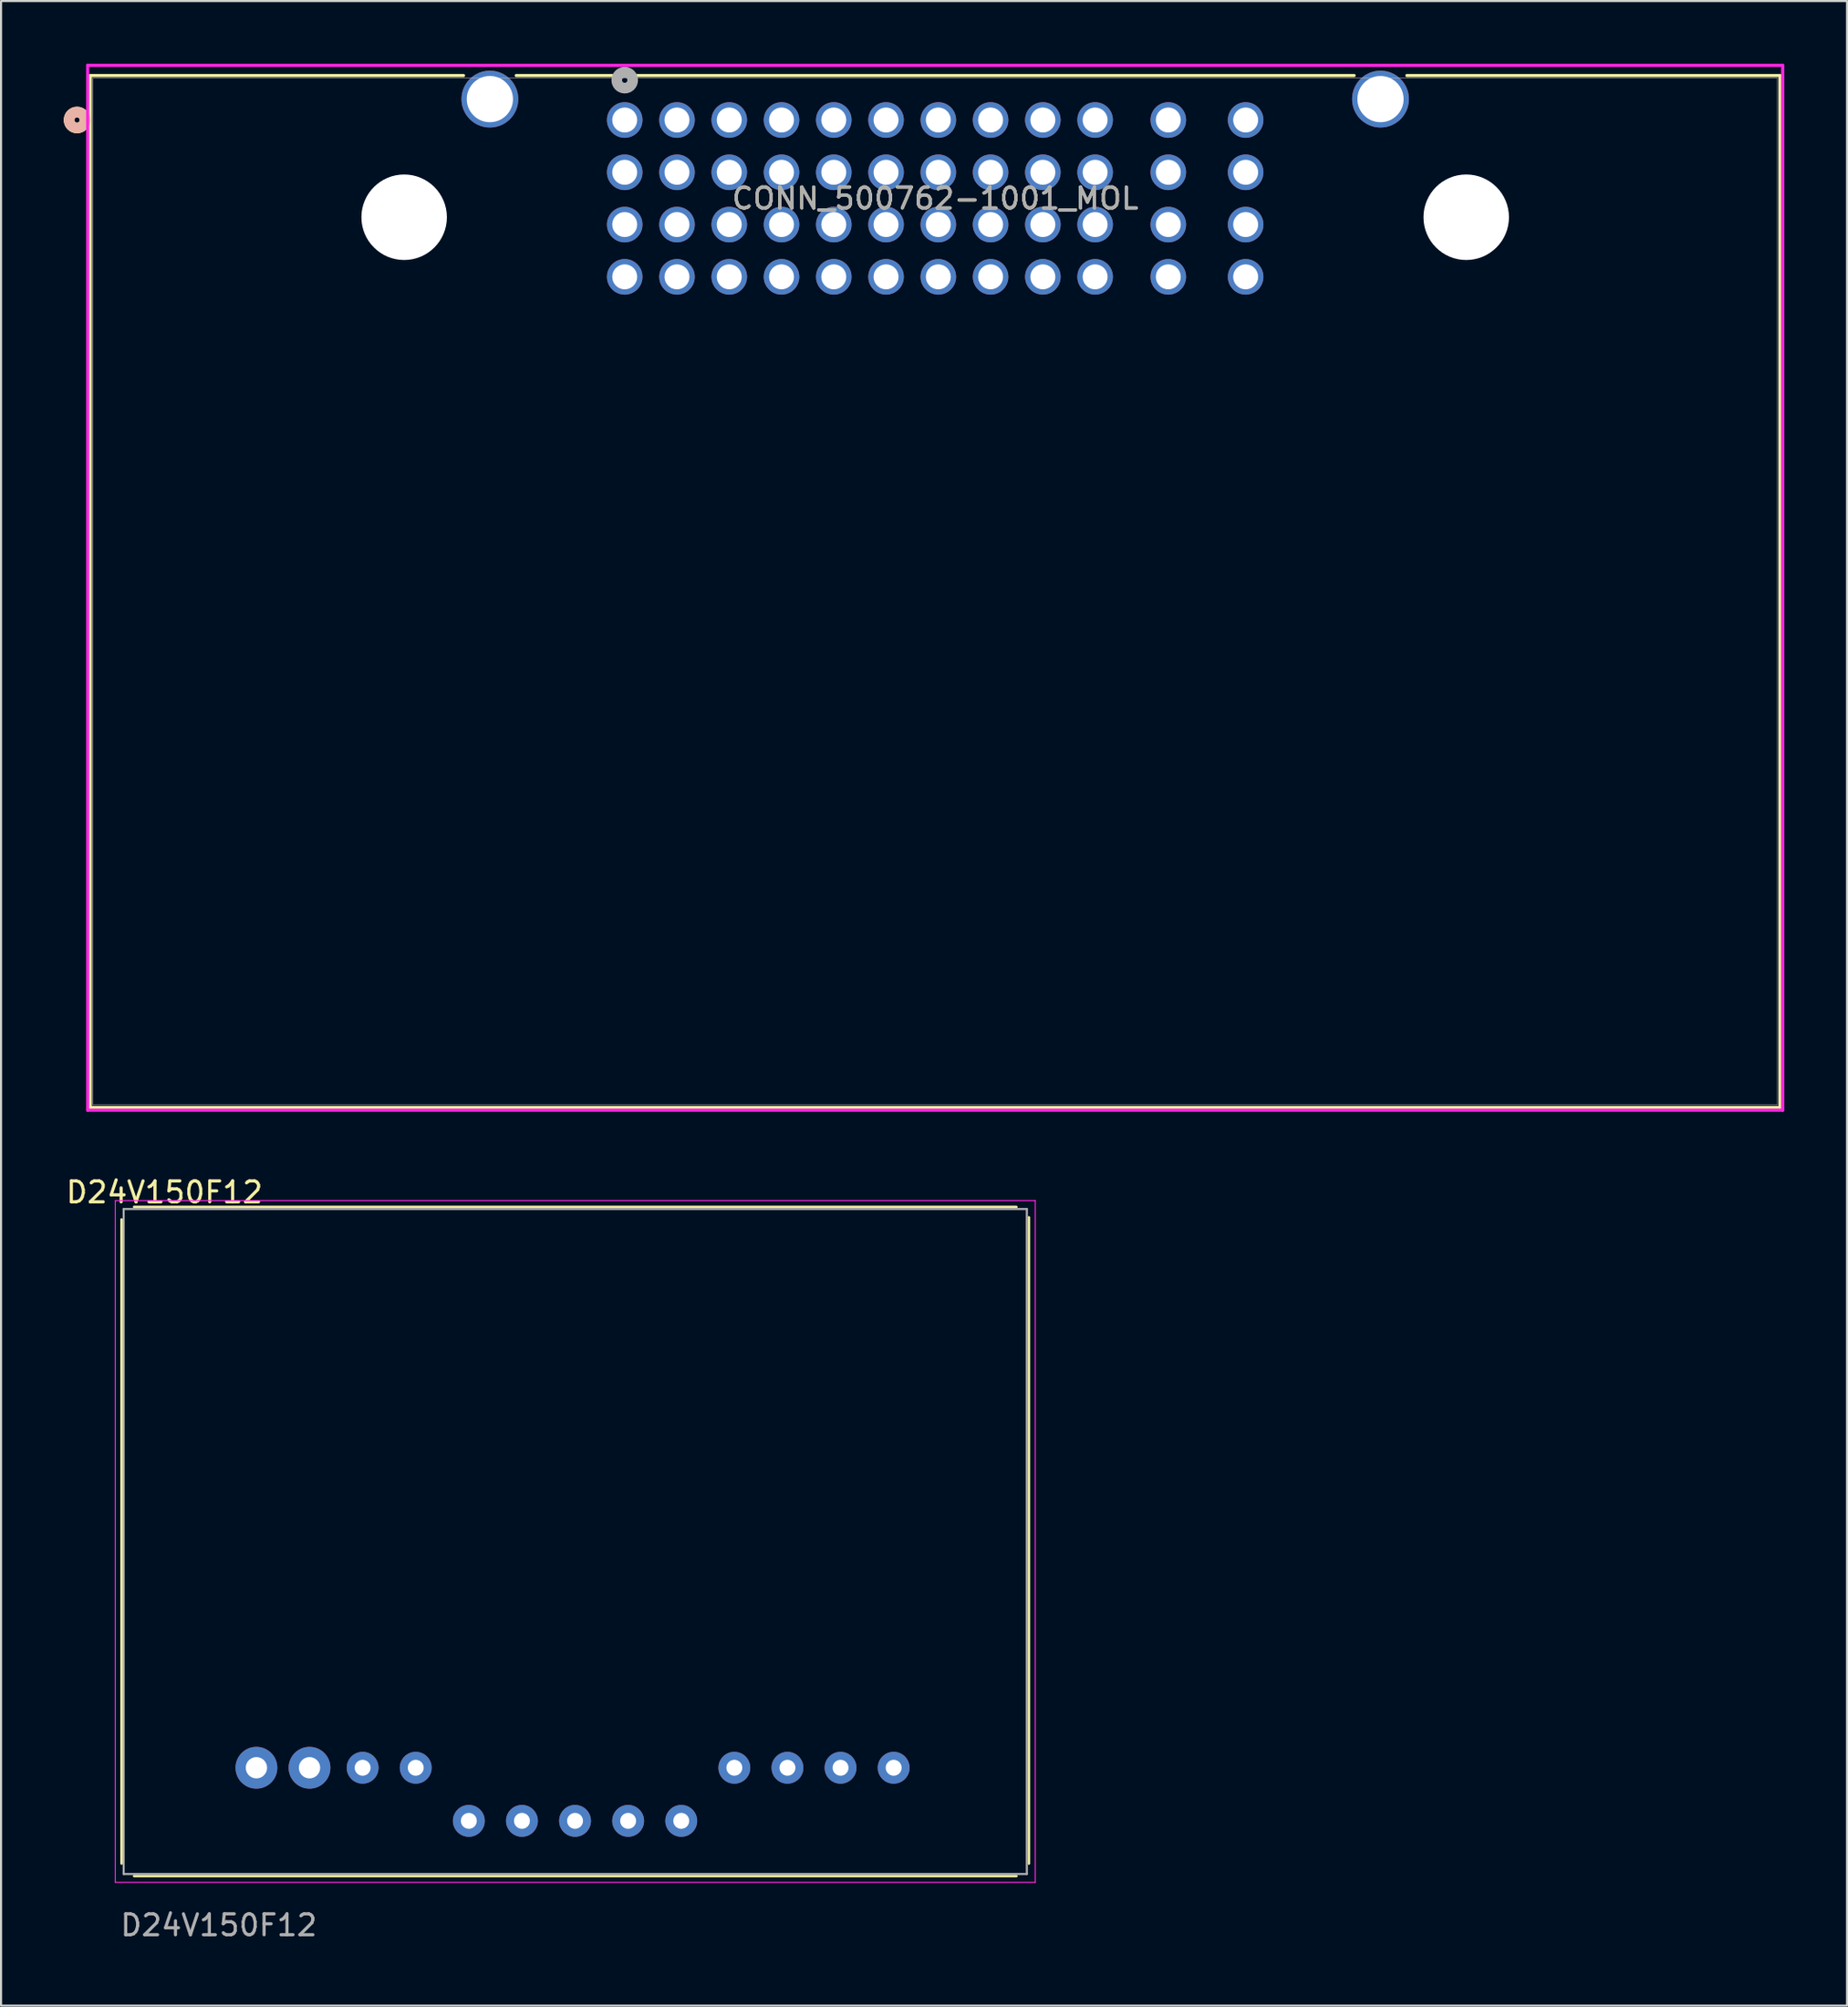
<source format=kicad_pcb>
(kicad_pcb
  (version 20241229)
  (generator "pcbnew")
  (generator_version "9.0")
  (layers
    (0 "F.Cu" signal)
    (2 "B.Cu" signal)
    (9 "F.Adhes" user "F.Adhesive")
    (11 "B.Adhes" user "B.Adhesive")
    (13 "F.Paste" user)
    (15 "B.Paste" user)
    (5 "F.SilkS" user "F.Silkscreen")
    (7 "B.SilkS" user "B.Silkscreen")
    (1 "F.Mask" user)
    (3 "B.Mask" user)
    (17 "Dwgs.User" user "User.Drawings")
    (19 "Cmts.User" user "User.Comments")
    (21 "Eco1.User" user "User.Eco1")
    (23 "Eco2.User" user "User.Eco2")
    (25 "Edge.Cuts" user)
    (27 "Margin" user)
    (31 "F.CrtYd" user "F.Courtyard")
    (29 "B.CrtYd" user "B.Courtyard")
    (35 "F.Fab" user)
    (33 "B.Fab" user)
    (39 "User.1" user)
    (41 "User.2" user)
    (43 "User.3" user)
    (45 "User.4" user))
  (footprint "D24V150F12"
    (layer "F.Cu")
    (at 2.865 86.566)
    (property "Reference" "D24V150F12" (at 1.95 -32.6 0) (unlocked yes) (layer "F.SilkS") (effects (font (size 1 1) (thickness 0.15))))
    (attr through_hole)
    (fp_line (start -0.1 -0.5) (end -0.1 -31.3) (stroke (width 0.12) (type solid)) (layer "F.SilkS"))
    (fp_line (start 0.5 -31.9) (end 42.7 -31.9) (stroke (width 0.12) (type solid)) (layer "F.SilkS"))
    (fp_line (start 42.7 0.1) (end 0.5 0.1) (stroke (width 0.12) (type solid)) (layer "F.SilkS"))
    (fp_line (start 43.3 -31.4) (end 43.3 -0.5) (stroke (width 0.12) (type solid)) (layer "F.SilkS"))
    (fp_line (start -0.4 -32.2) (end 43.6 -32.2) (stroke (width 0.05) (type solid)) (layer "F.CrtYd"))
    (fp_line (start -0.4 0.4) (end -0.4 -32.2) (stroke (width 0.05) (type solid)) (layer "F.CrtYd"))
    (fp_line (start 43.6 -32.2) (end 43.6 0.4) (stroke (width 0.05) (type solid)) (layer "F.CrtYd"))
    (fp_line (start 43.6 0.4) (end -0.4 0.4) (stroke (width 0.05) (type solid)) (layer "F.CrtYd"))
    (fp_line (start 0 -31.8) (end 43.2 -31.8) (stroke (width 0.1) (type solid)) (layer "F.Fab"))
    (fp_line (start 0 0) (end 0 -31.8) (stroke (width 0.1) (type solid)) (layer "F.Fab"))
    (fp_line (start 43.2 -31.8) (end 43.2 0) (stroke (width 0.1) (type solid)) (layer "F.Fab"))
    (fp_line (start 43.2 0) (end 0 0) (stroke (width 0.1) (type solid)) (layer "F.Fab"))
    (fp_text user "${REFERENCE}" (at 4.55 2.45 0) (unlocked yes) (layer "F.Fab") (effects (font (size 1 1) (thickness 0.15))))
    (pad "1" thru_hole circle (at 6.35 -5.08) (size 2 2) (drill 1.02) (layers "*.Cu" "*.Mask"))
    (pad "1" thru_hole circle (at 8.89 -5.08) (size 2 2) (drill 1.02) (layers "*.Cu" "*.Mask"))
    (pad "2" thru_hole circle (at 11.43 -5.08) (size 1.524 1.524) (drill 0.762) (layers "*.Cu" "*.Mask"))
    (pad "2" thru_hole circle (at 13.97 -5.08) (size 1.524 1.524) (drill 0.762) (layers "*.Cu" "*.Mask"))
    (pad "3" thru_hole circle (at 16.51 -2.54) (size 1.524 1.524) (drill 0.762) (layers "*.Cu" "*.Mask"))
    (pad "4" thru_hole circle (at 19.05 -2.54) (size 1.524 1.524) (drill 0.762) (layers "*.Cu" "*.Mask"))
    (pad "5" thru_hole circle (at 21.59 -2.54) (size 1.524 1.524) (drill 0.762) (layers "*.Cu" "*.Mask"))
    (pad "5" thru_hole circle (at 24.13 -2.54) (size 1.524 1.524) (drill 0.762) (layers "*.Cu" "*.Mask"))
    (pad "6" thru_hole circle (at 26.67 -2.54) (size 1.524 1.524) (drill 0.762) (layers "*.Cu" "*.Mask"))
    (pad "7" thru_hole circle (at 29.21 -5.08) (size 1.524 1.524) (drill 0.762) (layers "*.Cu" "*.Mask"))
    (pad "7" thru_hole circle (at 31.75 -5.08) (size 1.524 1.524) (drill 0.762) (layers "*.Cu" "*.Mask"))
    (pad "8" thru_hole circle (at 34.29 -5.08) (size 1.524 1.524) (drill 0.762) (layers "*.Cu" "*.Mask"))
    (pad "8" thru_hole circle (at 36.83 -5.08) (size 1.524 1.524) (drill 0.762) (layers "*.Cu" "*.Mask")))
  (footprint "CONN_500762-1001_MOL"
    (layer "F.Cu")
    (at 41.681 25.238)
    (property "Reference" "CONN_500762-1001_MOL" (at 0 -18.799 0) (unlocked yes) (layer "F.SilkS") (effects (font (size 1 1) (thickness 0.15))))
    (attr through_hole)
    (fp_line (start -40.411 -24.676) (end -40.411 24.676) (stroke (width 0.152) (type solid)) (layer "F.SilkS"))
    (fp_line (start -40.411 24.676) (end 40.411 24.676) (stroke (width 0.152) (type solid)) (layer "F.SilkS"))
    (fp_line (start -22.562 -24.676) (end -40.411 -24.676) (stroke (width 0.152) (type solid)) (layer "F.SilkS"))
    (fp_line (start 20.038 -24.676) (end -20.038 -24.676) (stroke (width 0.152) (type solid)) (layer "F.SilkS"))
    (fp_line (start 40.411 -24.676) (end 22.562 -24.676) (stroke (width 0.152) (type solid)) (layer "F.SilkS"))
    (fp_line (start 40.411 24.676) (end 40.411 -24.676) (stroke (width 0.152) (type solid)) (layer "F.SilkS"))
    (fp_circle (center -41.046 -22.549) (end -40.665 -22.549) (stroke (width 0.508) (type solid)) (fill no) (layer "F.SilkS"))
    (fp_circle (center -41.046 -22.549) (end -40.665 -22.549) (stroke (width 0.508) (type solid)) (fill no) (layer "B.SilkS"))
    (fp_line (start -40.538 -25.162) (end -40.538 24.803) (stroke (width 0.152) (type solid)) (layer "F.CrtYd"))
    (fp_line (start -40.538 24.803) (end 40.538 24.803) (stroke (width 0.152) (type solid)) (layer "F.CrtYd"))
    (fp_line (start 40.538 -25.162) (end -40.538 -25.162) (stroke (width 0.152) (type solid)) (layer "F.CrtYd"))
    (fp_line (start 40.538 24.803) (end 40.538 -25.162) (stroke (width 0.152) (type solid)) (layer "F.CrtYd"))
    (fp_line (start -40.284 -24.549) (end -40.284 24.549) (stroke (width 0.025) (type solid)) (layer "F.Fab"))
    (fp_line (start -40.284 24.549) (end 40.284 24.549) (stroke (width 0.025) (type solid)) (layer "F.Fab"))
    (fp_line (start 40.284 -24.549) (end -40.284 -24.549) (stroke (width 0.025) (type solid)) (layer "F.Fab"))
    (fp_line (start 40.284 24.549) (end 40.284 -24.549) (stroke (width 0.025) (type solid)) (layer "F.Fab"))
    (fp_circle (center -14.85 -24.454) (end -14.469 -24.454) (stroke (width 0.508) (type solid)) (fill no) (layer "F.Fab"))
    (fp_text user "${REFERENCE}" (at 0 -18.799 0) (unlocked yes) (layer "F.Fab") (effects (font (size 1 1) (thickness 0.15))))
    (pad "" np_thru_hole circle (at -25.4 -17.899) (size 4.089 4.089) (drill 4.089) (layers "*.Cu" "*.Mask"))
    (pad "" np_thru_hole circle (at 25.4 -17.899) (size 4.089 4.089) (drill 4.089) (layers "*.Cu" "*.Mask"))
    (pad "49" thru_hole circle (at -21.3 -23.549) (size 2.718 2.718) (drill 2.21) (layers "*.Cu" "*.Mask"))
    (pad "50" thru_hole circle (at 21.3 -23.549) (size 2.718 2.718) (drill 2.21) (layers "*.Cu" "*.Mask"))
    (pad "A1" thru_hole circle (at -14.85 -22.549) (size 1.702 1.702) (drill 1.194) (layers "*.Cu" "*.Mask"))
    (pad "A2" thru_hole circle (at -14.85 -20.049) (size 1.702 1.702) (drill 1.194) (layers "*.Cu" "*.Mask"))
    (pad "A3" thru_hole circle (at -14.85 -17.549) (size 1.702 1.702) (drill 1.194) (layers "*.Cu" "*.Mask"))
    (pad "A4" thru_hole circle (at -14.85 -15.049) (size 1.702 1.702) (drill 1.194) (layers "*.Cu" "*.Mask"))
    (pad "B1" thru_hole circle (at -12.35 -22.549) (size 1.702 1.702) (drill 1.194) (layers "*.Cu" "*.Mask"))
    (pad "B2" thru_hole circle (at -12.35 -20.049) (size 1.702 1.702) (drill 1.194) (layers "*.Cu" "*.Mask"))
    (pad "B3" thru_hole circle (at -12.35 -17.549) (size 1.702 1.702) (drill 1.194) (layers "*.Cu" "*.Mask"))
    (pad "B4" thru_hole circle (at -12.35 -15.049) (size 1.702 1.702) (drill 1.194) (layers "*.Cu" "*.Mask"))
    (pad "C1" thru_hole circle (at -9.85 -22.549) (size 1.702 1.702) (drill 1.194) (layers "*.Cu" "*.Mask"))
    (pad "C2" thru_hole circle (at -9.85 -20.049) (size 1.702 1.702) (drill 1.194) (layers "*.Cu" "*.Mask"))
    (pad "C3" thru_hole circle (at -9.85 -17.549) (size 1.702 1.702) (drill 1.194) (layers "*.Cu" "*.Mask"))
    (pad "C4" thru_hole circle (at -9.85 -15.049) (size 1.702 1.702) (drill 1.194) (layers "*.Cu" "*.Mask"))
    (pad "D1" thru_hole circle (at -7.35 -22.549) (size 1.702 1.702) (drill 1.194) (layers "*.Cu" "*.Mask"))
    (pad "D2" thru_hole circle (at -7.35 -20.049) (size 1.702 1.702) (drill 1.194) (layers "*.Cu" "*.Mask"))
    (pad "D3" thru_hole circle (at -7.35 -17.549) (size 1.702 1.702) (drill 1.194) (layers "*.Cu" "*.Mask"))
    (pad "D4" thru_hole circle (at -7.35 -15.049) (size 1.702 1.702) (drill 1.194) (layers "*.Cu" "*.Mask"))
    (pad "E1" thru_hole circle (at -4.85 -22.549) (size 1.702 1.702) (drill 1.194) (layers "*.Cu" "*.Mask"))
    (pad "E2" thru_hole circle (at -4.85 -20.049) (size 1.702 1.702) (drill 1.194) (layers "*.Cu" "*.Mask"))
    (pad "E3" thru_hole circle (at -4.85 -17.549) (size 1.702 1.702) (drill 1.194) (layers "*.Cu" "*.Mask"))
    (pad "E4" thru_hole circle (at -4.85 -15.049) (size 1.702 1.702) (drill 1.194) (layers "*.Cu" "*.Mask"))
    (pad "F1" thru_hole circle (at -2.35 -22.549) (size 1.702 1.702) (drill 1.194) (layers "*.Cu" "*.Mask"))
    (pad "F2" thru_hole circle (at -2.35 -20.049) (size 1.702 1.702) (drill 1.194) (layers "*.Cu" "*.Mask"))
    (pad "F3" thru_hole circle (at -2.35 -17.549) (size 1.702 1.702) (drill 1.194) (layers "*.Cu" "*.Mask"))
    (pad "F4" thru_hole circle (at -2.35 -15.049) (size 1.702 1.702) (drill 1.194) (layers "*.Cu" "*.Mask"))
    (pad "G1" thru_hole circle (at 0.15 -22.549) (size 1.702 1.702) (drill 1.194) (layers "*.Cu" "*.Mask"))
    (pad "G2" thru_hole circle (at 0.15 -20.049) (size 1.702 1.702) (drill 1.194) (layers "*.Cu" "*.Mask"))
    (pad "G3" thru_hole circle (at 0.15 -17.549) (size 1.702 1.702) (drill 1.194) (layers "*.Cu" "*.Mask"))
    (pad "G4" thru_hole circle (at 0.15 -15.049) (size 1.702 1.702) (drill 1.194) (layers "*.Cu" "*.Mask"))
    (pad "H1" thru_hole circle (at 2.65 -22.549) (size 1.702 1.702) (drill 1.194) (layers "*.Cu" "*.Mask"))
    (pad "H2" thru_hole circle (at 2.65 -20.049) (size 1.702 1.702) (drill 1.194) (layers "*.Cu" "*.Mask"))
    (pad "H3" thru_hole circle (at 2.65 -17.549) (size 1.702 1.702) (drill 1.194) (layers "*.Cu" "*.Mask"))
    (pad "H4" thru_hole circle (at 2.65 -15.049) (size 1.702 1.702) (drill 1.194) (layers "*.Cu" "*.Mask"))
    (pad "J1" thru_hole circle (at 5.15 -22.549) (size 1.702 1.702) (drill 1.194) (layers "*.Cu" "*.Mask"))
    (pad "J2" thru_hole circle (at 5.15 -20.049) (size 1.702 1.702) (drill 1.194) (layers "*.Cu" "*.Mask"))
    (pad "J3" thru_hole circle (at 5.15 -17.549) (size 1.702 1.702) (drill 1.194) (layers "*.Cu" "*.Mask"))
    (pad "J4" thru_hole circle (at 5.15 -15.049) (size 1.702 1.702) (drill 1.194) (layers "*.Cu" "*.Mask"))
    (pad "K1" thru_hole circle (at 7.65 -22.549) (size 1.702 1.702) (drill 1.194) (layers "*.Cu" "*.Mask"))
    (pad "K2" thru_hole circle (at 7.65 -20.049) (size 1.702 1.702) (drill 1.194) (layers "*.Cu" "*.Mask"))
    (pad "K3" thru_hole circle (at 7.65 -17.549) (size 1.702 1.702) (drill 1.194) (layers "*.Cu" "*.Mask"))
    (pad "K4" thru_hole circle (at 7.65 -15.049) (size 1.702 1.702) (drill 1.194) (layers "*.Cu" "*.Mask"))
    (pad "L1" thru_hole circle (at 11.15 -22.549) (size 1.702 1.702) (drill 1.194) (layers "*.Cu" "*.Mask"))
    (pad "L2" thru_hole circle (at 11.15 -20.049) (size 1.702 1.702) (drill 1.194) (layers "*.Cu" "*.Mask"))
    (pad "L3" thru_hole circle (at 11.15 -17.549) (size 1.702 1.702) (drill 1.194) (layers "*.Cu" "*.Mask"))
    (pad "L4" thru_hole circle (at 11.15 -15.049) (size 1.702 1.702) (drill 1.194) (layers "*.Cu" "*.Mask"))
    (pad "M1" thru_hole circle (at 14.85 -22.549) (size 1.702 1.702) (drill 1.194) (layers "*.Cu" "*.Mask"))
    (pad "M2" thru_hole circle (at 14.85 -20.049) (size 1.702 1.702) (drill 1.194) (layers "*.Cu" "*.Mask"))
    (pad "M3" thru_hole circle (at 14.85 -17.549) (size 1.702 1.702) (drill 1.194) (layers "*.Cu" "*.Mask"))
    (pad "M4" thru_hole circle (at 14.85 -15.049) (size 1.702 1.702) (drill 1.194) (layers "*.Cu" "*.Mask")))
  (gr_rect
    (start -3 -3)
    (end 85.296 92.864)
    (stroke (width 0.1) (type default))
    (fill no)
    (layer "Edge.Cuts")))
</source>
